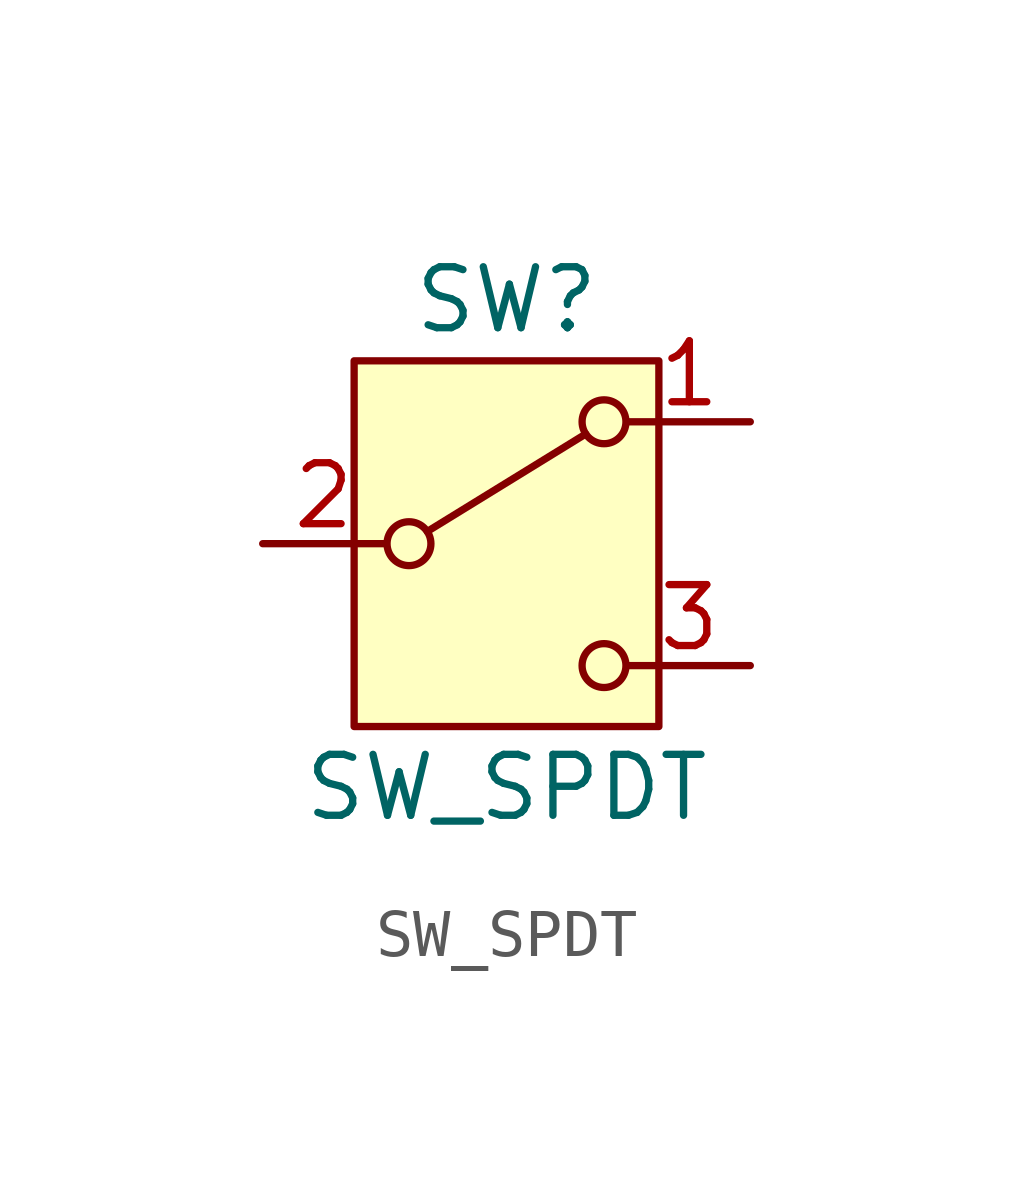
<source format=kicad_sym>
(kicad_symbol_lib
  (version 20241209)
  (generator "kicad_symbol_editor")
  (generator_version "9.0")
  (symbol "SW_SPDT"
    (pin_names
      (offset 0)
      (hide yes))
    (property "Reference" "SW"
      (at 0 5.08 0)
      (effects (font (size 1.27 1.27))))
    (property "Value" "SW_SPDT"
      (at 0 -5.08 0)
      (effects (font (size 1.27 1.27))))
    (symbol "SW_SPDT_0_1"
      (circle (center -2.032 0) (radius 0.457) (stroke (width 0) (type default)) (fill (type none)))
      (polyline (pts (xy -1.651 0.254) (xy 1.651 2.286)) (stroke (width 0) (type default)) (fill (type none)))
      (circle (center 2.032 2.54) (radius 0.457) (stroke (width 0) (type default)) (fill (type none)))
      (circle (center 2.032 -2.54) (radius 0.457) (stroke (width 0) (type default)) (fill (type none))))
    (symbol "SW_SPDT_1_1"
      (rectangle (start -3.175 3.81) (end 3.175 -3.81) (stroke (width 0) (type default)) (fill (type background)))
      (pin passive line (at -5.08 0 0) (length 2.54) (name "2" (effects (font (size 1.27 1.27)))) (number "2" (effects (font (size 1.27 1.27)))))
      (pin passive line (at 5.08 2.54 180) (length 2.54) (name "1" (effects (font (size 1.27 1.27)))) (number "1" (effects (font (size 1.27 1.27)))))
      (pin passive line (at 5.08 -2.54 180) (length 2.54) (name "3" (effects (font (size 1.27 1.27)))) (number "3" (effects (font (size 1.27 1.27))))))))
</source>
